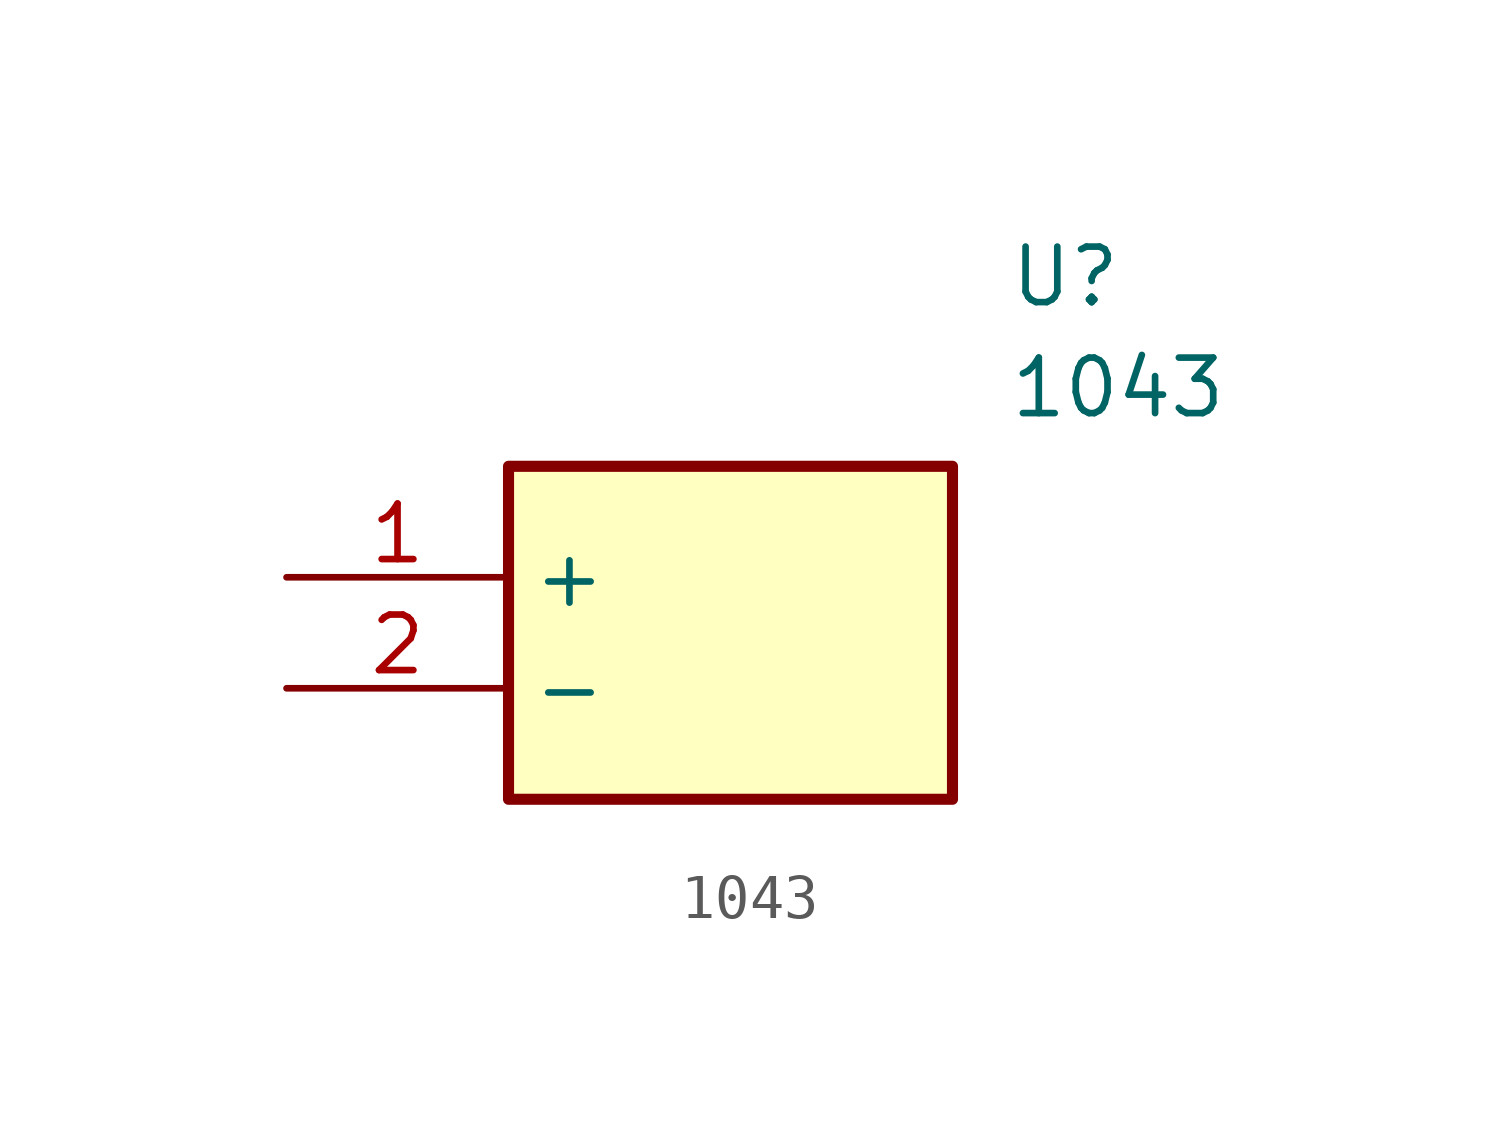
<source format=kicad_sym>
(kicad_symbol_lib
  (version 20241209)
  (generator "kicad_symbol_editor")
  (generator_version "9.0")
  (symbol "1043"
    (property "Reference" "U"
      (at 16.51 7.62 0)
      (effects (font (size 1.27 1.27)) (justify left top)))
    (property "Value" "1043"
      (at 16.51 5.08 0)
      (effects (font (size 1.27 1.27)) (justify left top)))
    (symbol "1043_1_1"
      (rectangle (start 5.08 2.54) (end 15.24 -5.08) (stroke (width 0.254) (type default)) (fill (type background)))
      (pin passive line (at 0 0 0) (length 5.08) (name "+" (effects (font (size 1.27 1.27)))) (number "1" (effects (font (size 1.27 1.27)))))
      (pin passive line (at 0 -2.54 0) (length 5.08) (name "-" (effects (font (size 1.27 1.27)))) (number "2" (effects (font (size 1.27 1.27))))))))
</source>
